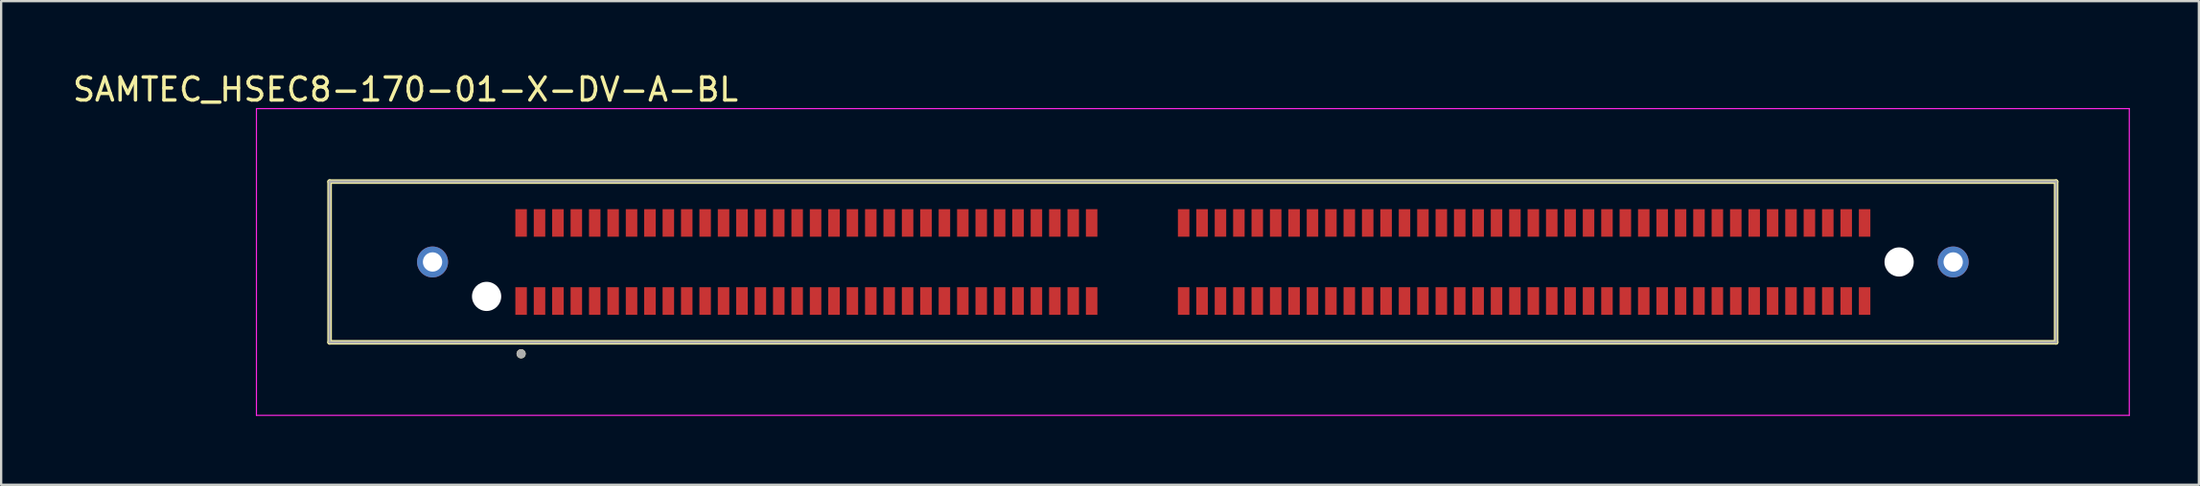
<source format=kicad_pcb>
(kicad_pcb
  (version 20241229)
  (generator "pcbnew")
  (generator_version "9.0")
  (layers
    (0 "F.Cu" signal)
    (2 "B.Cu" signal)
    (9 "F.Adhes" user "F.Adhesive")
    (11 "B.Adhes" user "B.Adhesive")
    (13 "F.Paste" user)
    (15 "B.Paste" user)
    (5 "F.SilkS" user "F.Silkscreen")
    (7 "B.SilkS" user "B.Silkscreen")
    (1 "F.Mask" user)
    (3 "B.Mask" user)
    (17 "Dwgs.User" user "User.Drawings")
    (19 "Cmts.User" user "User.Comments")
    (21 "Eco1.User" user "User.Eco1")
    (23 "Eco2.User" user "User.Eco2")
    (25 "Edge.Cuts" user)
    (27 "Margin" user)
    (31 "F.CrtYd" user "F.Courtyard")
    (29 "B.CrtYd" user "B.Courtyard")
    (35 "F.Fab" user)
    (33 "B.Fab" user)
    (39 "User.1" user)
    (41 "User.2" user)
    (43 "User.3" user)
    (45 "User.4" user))
  (footprint "SAMTEC_HSEC8-170-01-X-DV-A-BL"
    (layer "F.Cu")
    (at 48.802 8.36)
    (property "Reference" "SAMTEC_HSEC8-170-01-X-DV-A-BL" (at -34.225 -7.512 0) (layer "F.SilkS") (effects (font (size 1 1) (thickness 0.15))))
    (attr smd)
    (fp_line (start -37.525 -3.5) (end -37.525 3.5) (stroke (width 0.2) (type solid)) (layer "F.SilkS"))
    (fp_line (start -37.525 3.5) (end 37.525 3.5) (stroke (width 0.2) (type solid)) (layer "F.SilkS"))
    (fp_line (start 37.525 -3.5) (end -37.525 -3.5) (stroke (width 0.2) (type solid)) (layer "F.SilkS"))
    (fp_line (start 37.525 3.5) (end 37.525 -3.5) (stroke (width 0.2) (type solid)) (layer "F.SilkS"))
    (fp_circle (center -29.2 4) (end -29.1 4) (stroke (width 0.2) (type solid)) (fill no) (layer "F.SilkS"))
    (fp_circle (center -33.05 0) (end -32.415 0) (stroke (width 1.27) (type solid)) (fill no) (layer "F.Paste"))
    (fp_circle (center 33.05 0) (end 33.685 0) (stroke (width 1.27) (type solid)) (fill no) (layer "F.Paste"))
    (fp_line (start -40.705 -6.68) (end -40.705 6.68) (stroke (width 0.05) (type solid)) (layer "F.CrtYd"))
    (fp_line (start -40.705 6.68) (end 40.705 6.68) (stroke (width 0.05) (type solid)) (layer "F.CrtYd"))
    (fp_line (start 40.705 -6.68) (end -40.705 -6.68) (stroke (width 0.05) (type solid)) (layer "F.CrtYd"))
    (fp_line (start 40.705 6.68) (end 40.705 -6.68) (stroke (width 0.05) (type solid)) (layer "F.CrtYd"))
    (fp_line (start -37.525 -3.5) (end -37.525 3.5) (stroke (width 0.1) (type solid)) (layer "F.Fab"))
    (fp_line (start -37.525 3.5) (end 37.525 3.5) (stroke (width 0.1) (type solid)) (layer "F.Fab"))
    (fp_line (start 37.525 -3.5) (end -37.525 -3.5) (stroke (width 0.1) (type solid)) (layer "F.Fab"))
    (fp_line (start 37.525 3.5) (end 37.525 -3.5) (stroke (width 0.1) (type solid)) (layer "F.Fab"))
    (fp_circle (center -29.2 4) (end -29.1 4) (stroke (width 0.2) (type solid)) (fill no) (layer "F.Fab"))
    (pad "" np_thru_hole circle (at -30.7 1.5) (size 1.27 1.27) (drill 1.27) (layers "*.Cu" "*.Mask"))
    (pad "" np_thru_hole circle (at 30.7 0) (size 1.27 1.27) (drill 1.27) (layers "*.Cu" "*.Mask"))
    (pad "01" smd rect (at -29.2 1.7) (size 0.5 1.2) (layers "F.Cu" "F.Mask" "F.Paste"))
    (pad "02" smd rect (at -29.2 -1.7) (size 0.5 1.2) (layers "F.Cu" "F.Mask" "F.Paste"))
    (pad "03" smd rect (at -28.4 1.7) (size 0.5 1.2) (layers "F.Cu" "F.Mask" "F.Paste"))
    (pad "04" smd rect (at -28.4 -1.7) (size 0.5 1.2) (layers "F.Cu" "F.Mask" "F.Paste"))
    (pad "05" smd rect (at -27.6 1.7) (size 0.5 1.2) (layers "F.Cu" "F.Mask" "F.Paste"))
    (pad "06" smd rect (at -27.6 -1.7) (size 0.5 1.2) (layers "F.Cu" "F.Mask" "F.Paste"))
    (pad "07" smd rect (at -26.8 1.7) (size 0.5 1.2) (layers "F.Cu" "F.Mask" "F.Paste"))
    (pad "08" smd rect (at -26.8 -1.7) (size 0.5 1.2) (layers "F.Cu" "F.Mask" "F.Paste"))
    (pad "09" smd rect (at -26 1.7) (size 0.5 1.2) (layers "F.Cu" "F.Mask" "F.Paste"))
    (pad "10" smd rect (at -26 -1.7) (size 0.5 1.2) (layers "F.Cu" "F.Mask" "F.Paste"))
    (pad "11" smd rect (at -25.2 1.7) (size 0.5 1.2) (layers "F.Cu" "F.Mask" "F.Paste"))
    (pad "12" smd rect (at -25.2 -1.7) (size 0.5 1.2) (layers "F.Cu" "F.Mask" "F.Paste"))
    (pad "13" smd rect (at -24.4 1.7) (size 0.5 1.2) (layers "F.Cu" "F.Mask" "F.Paste"))
    (pad "14" smd rect (at -24.4 -1.7) (size 0.5 1.2) (layers "F.Cu" "F.Mask" "F.Paste"))
    (pad "15" smd rect (at -23.6 1.7) (size 0.5 1.2) (layers "F.Cu" "F.Mask" "F.Paste"))
    (pad "16" smd rect (at -23.6 -1.7) (size 0.5 1.2) (layers "F.Cu" "F.Mask" "F.Paste"))
    (pad "17" smd rect (at -22.8 1.7) (size 0.5 1.2) (layers "F.Cu" "F.Mask" "F.Paste"))
    (pad "18" smd rect (at -22.8 -1.7) (size 0.5 1.2) (layers "F.Cu" "F.Mask" "F.Paste"))
    (pad "19" smd rect (at -22 1.7) (size 0.5 1.2) (layers "F.Cu" "F.Mask" "F.Paste"))
    (pad "20" smd rect (at -22 -1.7) (size 0.5 1.2) (layers "F.Cu" "F.Mask" "F.Paste"))
    (pad "21" smd rect (at -21.2 1.7) (size 0.5 1.2) (layers "F.Cu" "F.Mask" "F.Paste"))
    (pad "22" smd rect (at -21.2 -1.7) (size 0.5 1.2) (layers "F.Cu" "F.Mask" "F.Paste"))
    (pad "23" smd rect (at -20.4 1.7) (size 0.5 1.2) (layers "F.Cu" "F.Mask" "F.Paste"))
    (pad "24" smd rect (at -20.4 -1.7) (size 0.5 1.2) (layers "F.Cu" "F.Mask" "F.Paste"))
    (pad "25" smd rect (at -19.6 1.7) (size 0.5 1.2) (layers "F.Cu" "F.Mask" "F.Paste"))
    (pad "26" smd rect (at -19.6 -1.7) (size 0.5 1.2) (layers "F.Cu" "F.Mask" "F.Paste"))
    (pad "27" smd rect (at -18.8 1.7) (size 0.5 1.2) (layers "F.Cu" "F.Mask" "F.Paste"))
    (pad "28" smd rect (at -18.8 -1.7) (size 0.5 1.2) (layers "F.Cu" "F.Mask" "F.Paste"))
    (pad "29" smd rect (at -18 1.7) (size 0.5 1.2) (layers "F.Cu" "F.Mask" "F.Paste"))
    (pad "30" smd rect (at -18 -1.7) (size 0.5 1.2) (layers "F.Cu" "F.Mask" "F.Paste"))
    (pad "31" smd rect (at -17.2 1.7) (size 0.5 1.2) (layers "F.Cu" "F.Mask" "F.Paste"))
    (pad "32" smd rect (at -17.2 -1.7) (size 0.5 1.2) (layers "F.Cu" "F.Mask" "F.Paste"))
    (pad "33" smd rect (at -16.4 1.7) (size 0.5 1.2) (layers "F.Cu" "F.Mask" "F.Paste"))
    (pad "34" smd rect (at -16.4 -1.7) (size 0.5 1.2) (layers "F.Cu" "F.Mask" "F.Paste"))
    (pad "35" smd rect (at -15.6 1.7) (size 0.5 1.2) (layers "F.Cu" "F.Mask" "F.Paste"))
    (pad "36" smd rect (at -15.6 -1.7) (size 0.5 1.2) (layers "F.Cu" "F.Mask" "F.Paste"))
    (pad "37" smd rect (at -14.8 1.7) (size 0.5 1.2) (layers "F.Cu" "F.Mask" "F.Paste"))
    (pad "38" smd rect (at -14.8 -1.7) (size 0.5 1.2) (layers "F.Cu" "F.Mask" "F.Paste"))
    (pad "39" smd rect (at -14 1.7) (size 0.5 1.2) (layers "F.Cu" "F.Mask" "F.Paste"))
    (pad "40" smd rect (at -14 -1.7) (size 0.5 1.2) (layers "F.Cu" "F.Mask" "F.Paste"))
    (pad "41" smd rect (at -13.2 1.7) (size 0.5 1.2) (layers "F.Cu" "F.Mask" "F.Paste"))
    (pad "42" smd rect (at -13.2 -1.7) (size 0.5 1.2) (layers "F.Cu" "F.Mask" "F.Paste"))
    (pad "43" smd rect (at -12.4 1.7) (size 0.5 1.2) (layers "F.Cu" "F.Mask" "F.Paste"))
    (pad "44" smd rect (at -12.4 -1.7) (size 0.5 1.2) (layers "F.Cu" "F.Mask" "F.Paste"))
    (pad "45" smd rect (at -11.6 1.7) (size 0.5 1.2) (layers "F.Cu" "F.Mask" "F.Paste"))
    (pad "46" smd rect (at -11.6 -1.7) (size 0.5 1.2) (layers "F.Cu" "F.Mask" "F.Paste"))
    (pad "47" smd rect (at -10.8 1.7) (size 0.5 1.2) (layers "F.Cu" "F.Mask" "F.Paste"))
    (pad "48" smd rect (at -10.8 -1.7) (size 0.5 1.2) (layers "F.Cu" "F.Mask" "F.Paste"))
    (pad "49" smd rect (at -10 1.7) (size 0.5 1.2) (layers "F.Cu" "F.Mask" "F.Paste"))
    (pad "50" smd rect (at -10 -1.7) (size 0.5 1.2) (layers "F.Cu" "F.Mask" "F.Paste"))
    (pad "51" smd rect (at -9.2 1.7) (size 0.5 1.2) (layers "F.Cu" "F.Mask" "F.Paste"))
    (pad "52" smd rect (at -9.2 -1.7) (size 0.5 1.2) (layers "F.Cu" "F.Mask" "F.Paste"))
    (pad "53" smd rect (at -8.4 1.7) (size 0.5 1.2) (layers "F.Cu" "F.Mask" "F.Paste"))
    (pad "54" smd rect (at -8.4 -1.7) (size 0.5 1.2) (layers "F.Cu" "F.Mask" "F.Paste"))
    (pad "55" smd rect (at -7.6 1.7) (size 0.5 1.2) (layers "F.Cu" "F.Mask" "F.Paste"))
    (pad "56" smd rect (at -7.6 -1.7) (size 0.5 1.2) (layers "F.Cu" "F.Mask" "F.Paste"))
    (pad "57" smd rect (at -6.8 1.7) (size 0.5 1.2) (layers "F.Cu" "F.Mask" "F.Paste"))
    (pad "58" smd rect (at -6.8 -1.7) (size 0.5 1.2) (layers "F.Cu" "F.Mask" "F.Paste"))
    (pad "59" smd rect (at -6 1.7) (size 0.5 1.2) (layers "F.Cu" "F.Mask" "F.Paste"))
    (pad "60" smd rect (at -6 -1.7) (size 0.5 1.2) (layers "F.Cu" "F.Mask" "F.Paste"))
    (pad "61" smd rect (at -5.2 1.7) (size 0.5 1.2) (layers "F.Cu" "F.Mask" "F.Paste"))
    (pad "62" smd rect (at -5.2 -1.7) (size 0.5 1.2) (layers "F.Cu" "F.Mask" "F.Paste"))
    (pad "63" smd rect (at -4.4 1.7) (size 0.5 1.2) (layers "F.Cu" "F.Mask" "F.Paste"))
    (pad "64" smd rect (at -4.4 -1.7) (size 0.5 1.2) (layers "F.Cu" "F.Mask" "F.Paste"))
    (pad "65" smd rect (at -0.4 1.7) (size 0.5 1.2) (layers "F.Cu" "F.Mask" "F.Paste"))
    (pad "66" smd rect (at -0.4 -1.7) (size 0.5 1.2) (layers "F.Cu" "F.Mask" "F.Paste"))
    (pad "67" smd rect (at 0.4 1.7) (size 0.5 1.2) (layers "F.Cu" "F.Mask" "F.Paste"))
    (pad "68" smd rect (at 0.4 -1.7) (size 0.5 1.2) (layers "F.Cu" "F.Mask" "F.Paste"))
    (pad "69" smd rect (at 1.2 1.7) (size 0.5 1.2) (layers "F.Cu" "F.Mask" "F.Paste"))
    (pad "70" smd rect (at 1.2 -1.7) (size 0.5 1.2) (layers "F.Cu" "F.Mask" "F.Paste"))
    (pad "71" smd rect (at 2 1.7) (size 0.5 1.2) (layers "F.Cu" "F.Mask" "F.Paste"))
    (pad "72" smd rect (at 2 -1.7) (size 0.5 1.2) (layers "F.Cu" "F.Mask" "F.Paste"))
    (pad "73" smd rect (at 2.8 1.7) (size 0.5 1.2) (layers "F.Cu" "F.Mask" "F.Paste"))
    (pad "74" smd rect (at 2.8 -1.7) (size 0.5 1.2) (layers "F.Cu" "F.Mask" "F.Paste"))
    (pad "75" smd rect (at 3.6 1.7) (size 0.5 1.2) (layers "F.Cu" "F.Mask" "F.Paste"))
    (pad "76" smd rect (at 3.6 -1.7) (size 0.5 1.2) (layers "F.Cu" "F.Mask" "F.Paste"))
    (pad "77" smd rect (at 4.4 1.7) (size 0.5 1.2) (layers "F.Cu" "F.Mask" "F.Paste"))
    (pad "78" smd rect (at 4.4 -1.7) (size 0.5 1.2) (layers "F.Cu" "F.Mask" "F.Paste"))
    (pad "79" smd rect (at 5.2 1.7) (size 0.5 1.2) (layers "F.Cu" "F.Mask" "F.Paste"))
    (pad "80" smd rect (at 5.2 -1.7) (size 0.5 1.2) (layers "F.Cu" "F.Mask" "F.Paste"))
    (pad "81" smd rect (at 6 1.7) (size 0.5 1.2) (layers "F.Cu" "F.Mask" "F.Paste"))
    (pad "82" smd rect (at 6 -1.7) (size 0.5 1.2) (layers "F.Cu" "F.Mask" "F.Paste"))
    (pad "83" smd rect (at 6.8 1.7) (size 0.5 1.2) (layers "F.Cu" "F.Mask" "F.Paste"))
    (pad "84" smd rect (at 6.8 -1.7) (size 0.5 1.2) (layers "F.Cu" "F.Mask" "F.Paste"))
    (pad "85" smd rect (at 7.6 1.7) (size 0.5 1.2) (layers "F.Cu" "F.Mask" "F.Paste"))
    (pad "86" smd rect (at 7.6 -1.7) (size 0.5 1.2) (layers "F.Cu" "F.Mask" "F.Paste"))
    (pad "87" smd rect (at 8.4 1.7) (size 0.5 1.2) (layers "F.Cu" "F.Mask" "F.Paste"))
    (pad "88" smd rect (at 8.4 -1.7) (size 0.5 1.2) (layers "F.Cu" "F.Mask" "F.Paste"))
    (pad "89" smd rect (at 9.2 1.7) (size 0.5 1.2) (layers "F.Cu" "F.Mask" "F.Paste"))
    (pad "90" smd rect (at 9.2 -1.7) (size 0.5 1.2) (layers "F.Cu" "F.Mask" "F.Paste"))
    (pad "91" smd rect (at 10 1.7) (size 0.5 1.2) (layers "F.Cu" "F.Mask" "F.Paste"))
    (pad "92" smd rect (at 10 -1.7) (size 0.5 1.2) (layers "F.Cu" "F.Mask" "F.Paste"))
    (pad "93" smd rect (at 10.8 1.7) (size 0.5 1.2) (layers "F.Cu" "F.Mask" "F.Paste"))
    (pad "94" smd rect (at 10.8 -1.7) (size 0.5 1.2) (layers "F.Cu" "F.Mask" "F.Paste"))
    (pad "95" smd rect (at 11.6 1.7) (size 0.5 1.2) (layers "F.Cu" "F.Mask" "F.Paste"))
    (pad "96" smd rect (at 11.6 -1.7) (size 0.5 1.2) (layers "F.Cu" "F.Mask" "F.Paste"))
    (pad "97" smd rect (at 12.4 1.7) (size 0.5 1.2) (layers "F.Cu" "F.Mask" "F.Paste"))
    (pad "98" smd rect (at 12.4 -1.7) (size 0.5 1.2) (layers "F.Cu" "F.Mask" "F.Paste"))
    (pad "99" smd rect (at 13.2 1.7) (size 0.5 1.2) (layers "F.Cu" "F.Mask" "F.Paste"))
    (pad "100" smd rect (at 13.2 -1.7) (size 0.5 1.2) (layers "F.Cu" "F.Mask" "F.Paste"))
    (pad "101" smd rect (at 14 1.7) (size 0.5 1.2) (layers "F.Cu" "F.Mask" "F.Paste"))
    (pad "102" smd rect (at 14 -1.7) (size 0.5 1.2) (layers "F.Cu" "F.Mask" "F.Paste"))
    (pad "103" smd rect (at 14.8 1.7) (size 0.5 1.2) (layers "F.Cu" "F.Mask" "F.Paste"))
    (pad "104" smd rect (at 14.8 -1.7) (size 0.5 1.2) (layers "F.Cu" "F.Mask" "F.Paste"))
    (pad "105" smd rect (at 15.6 1.7) (size 0.5 1.2) (layers "F.Cu" "F.Mask" "F.Paste"))
    (pad "106" smd rect (at 15.6 -1.7) (size 0.5 1.2) (layers "F.Cu" "F.Mask" "F.Paste"))
    (pad "107" smd rect (at 16.4 1.7) (size 0.5 1.2) (layers "F.Cu" "F.Mask" "F.Paste"))
    (pad "108" smd rect (at 16.4 -1.7) (size 0.5 1.2) (layers "F.Cu" "F.Mask" "F.Paste"))
    (pad "109" smd rect (at 17.2 1.7) (size 0.5 1.2) (layers "F.Cu" "F.Mask" "F.Paste"))
    (pad "110" smd rect (at 17.2 -1.7) (size 0.5 1.2) (layers "F.Cu" "F.Mask" "F.Paste"))
    (pad "111" smd rect (at 18 1.7) (size 0.5 1.2) (layers "F.Cu" "F.Mask" "F.Paste"))
    (pad "112" smd rect (at 18 -1.7) (size 0.5 1.2) (layers "F.Cu" "F.Mask" "F.Paste"))
    (pad "113" smd rect (at 18.8 1.7) (size 0.5 1.2) (layers "F.Cu" "F.Mask" "F.Paste"))
    (pad "114" smd rect (at 18.8 -1.7) (size 0.5 1.2) (layers "F.Cu" "F.Mask" "F.Paste"))
    (pad "115" smd rect (at 19.6 1.7) (size 0.5 1.2) (layers "F.Cu" "F.Mask" "F.Paste"))
    (pad "116" smd rect (at 19.6 -1.7) (size 0.5 1.2) (layers "F.Cu" "F.Mask" "F.Paste"))
    (pad "117" smd rect (at 20.4 1.7) (size 0.5 1.2) (layers "F.Cu" "F.Mask" "F.Paste"))
    (pad "118" smd rect (at 20.4 -1.7) (size 0.5 1.2) (layers "F.Cu" "F.Mask" "F.Paste"))
    (pad "119" smd rect (at 21.2 1.7) (size 0.5 1.2) (layers "F.Cu" "F.Mask" "F.Paste"))
    (pad "120" smd rect (at 21.2 -1.7) (size 0.5 1.2) (layers "F.Cu" "F.Mask" "F.Paste"))
    (pad "121" smd rect (at 22 1.7) (size 0.5 1.2) (layers "F.Cu" "F.Mask" "F.Paste"))
    (pad "122" smd rect (at 22 -1.7) (size 0.5 1.2) (layers "F.Cu" "F.Mask" "F.Paste"))
    (pad "123" smd rect (at 22.8 1.7) (size 0.5 1.2) (layers "F.Cu" "F.Mask" "F.Paste"))
    (pad "124" smd rect (at 22.8 -1.7) (size 0.5 1.2) (layers "F.Cu" "F.Mask" "F.Paste"))
    (pad "125" smd rect (at 23.6 1.7) (size 0.5 1.2) (layers "F.Cu" "F.Mask" "F.Paste"))
    (pad "126" smd rect (at 23.6 -1.7) (size 0.5 1.2) (layers "F.Cu" "F.Mask" "F.Paste"))
    (pad "127" smd rect (at 24.4 1.7) (size 0.5 1.2) (layers "F.Cu" "F.Mask" "F.Paste"))
    (pad "128" smd rect (at 24.4 -1.7) (size 0.5 1.2) (layers "F.Cu" "F.Mask" "F.Paste"))
    (pad "129" smd rect (at 25.2 1.7) (size 0.5 1.2) (layers "F.Cu" "F.Mask" "F.Paste"))
    (pad "130" smd rect (at 25.2 -1.7) (size 0.5 1.2) (layers "F.Cu" "F.Mask" "F.Paste"))
    (pad "131" smd rect (at 26 1.7) (size 0.5 1.2) (layers "F.Cu" "F.Mask" "F.Paste"))
    (pad "132" smd rect (at 26 -1.7) (size 0.5 1.2) (layers "F.Cu" "F.Mask" "F.Paste"))
    (pad "133" smd rect (at 26.8 1.7) (size 0.5 1.2) (layers "F.Cu" "F.Mask" "F.Paste"))
    (pad "134" smd rect (at 26.8 -1.7) (size 0.5 1.2) (layers "F.Cu" "F.Mask" "F.Paste"))
    (pad "135" smd rect (at 27.6 1.7) (size 0.5 1.2) (layers "F.Cu" "F.Mask" "F.Paste"))
    (pad "136" smd rect (at 27.6 -1.7) (size 0.5 1.2) (layers "F.Cu" "F.Mask" "F.Paste"))
    (pad "137" smd rect (at 28.4 1.7) (size 0.5 1.2) (layers "F.Cu" "F.Mask" "F.Paste"))
    (pad "138" smd rect (at 28.4 -1.7) (size 0.5 1.2) (layers "F.Cu" "F.Mask" "F.Paste"))
    (pad "139" smd rect (at 29.2 1.7) (size 0.5 1.2) (layers "F.Cu" "F.Mask" "F.Paste"))
    (pad "140" smd rect (at 29.2 -1.7) (size 0.5 1.2) (layers "F.Cu" "F.Mask" "F.Paste"))
    (pad "S1" thru_hole circle (at -33.05 0) (size 1.348 1.348) (drill 0.84) (layers "*.Cu" "*.Mask"))
    (pad "S2" thru_hole circle (at 33.05 0) (size 1.348 1.348) (drill 0.84) (layers "*.Cu" "*.Mask")))
  (gr_rect
    (start -3 -3)
    (end 92.532 18.065)
    (stroke (width 0.1) (type default))
    (fill no)
    (layer "Edge.Cuts")))
</source>
